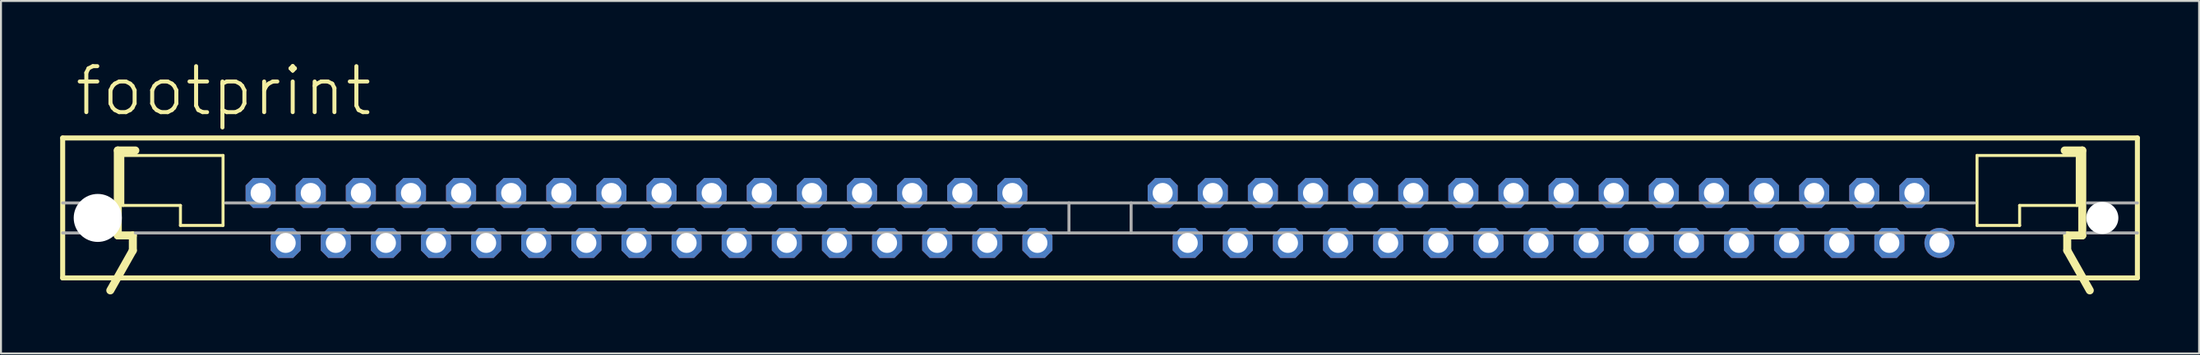
<source format=kicad_pcb>
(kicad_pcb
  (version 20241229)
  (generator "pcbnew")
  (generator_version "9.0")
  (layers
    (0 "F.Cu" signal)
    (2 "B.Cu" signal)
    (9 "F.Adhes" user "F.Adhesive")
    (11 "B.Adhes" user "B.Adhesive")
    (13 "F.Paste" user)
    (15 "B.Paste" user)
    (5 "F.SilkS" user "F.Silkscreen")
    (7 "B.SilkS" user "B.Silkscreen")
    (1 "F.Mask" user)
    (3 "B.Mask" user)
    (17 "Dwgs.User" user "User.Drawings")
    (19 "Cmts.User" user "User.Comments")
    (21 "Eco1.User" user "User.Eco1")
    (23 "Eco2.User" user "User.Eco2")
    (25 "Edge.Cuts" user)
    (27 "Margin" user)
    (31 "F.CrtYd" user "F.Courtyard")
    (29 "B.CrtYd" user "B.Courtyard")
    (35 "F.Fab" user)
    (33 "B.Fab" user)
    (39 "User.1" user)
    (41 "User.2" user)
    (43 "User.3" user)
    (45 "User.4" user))
  (footprint "footprint"
    (layer "F.Cu")
    (at 52.705 8.026)
    (property "Reference" "footprint" (at -52.07 -5.08 0) (layer "F.SilkS") (effects (font (size 2.337 2.337) (thickness 0.203)) (justify left bottom)))
    (fp_line (start -52.578 -4.064) (end 52.578 -4.064) (stroke (width 0.254) (type solid)) (layer "F.SilkS"))
    (fp_line (start -52.578 3.048) (end -52.578 -4.064) (stroke (width 0.254) (type solid)) (layer "F.SilkS"))
    (fp_line (start -49.784 -3.429) (end -49.784 0.889) (stroke (width 0.406) (type solid)) (layer "F.SilkS"))
    (fp_line (start -49.784 0.889) (end -49.022 0.889) (stroke (width 0.406) (type solid)) (layer "F.SilkS"))
    (fp_line (start -49.53 -3.175) (end -49.53 -0.635) (stroke (width 0.152) (type solid)) (layer "F.SilkS"))
    (fp_line (start -49.022 0.889) (end -49.022 1.651) (stroke (width 0.406) (type solid)) (layer "F.SilkS"))
    (fp_line (start -49.022 1.651) (end -50.165 3.683) (stroke (width 0.406) (type solid)) (layer "F.SilkS"))
    (fp_line (start -48.895 -3.429) (end -49.784 -3.429) (stroke (width 0.406) (type solid)) (layer "F.SilkS"))
    (fp_line (start -46.609 -0.635) (end -49.53 -0.635) (stroke (width 0.152) (type solid)) (layer "F.SilkS"))
    (fp_line (start -46.609 0.381) (end -46.609 -0.635) (stroke (width 0.152) (type solid)) (layer "F.SilkS"))
    (fp_line (start -46.609 0.381) (end -44.45 0.381) (stroke (width 0.152) (type solid)) (layer "F.SilkS"))
    (fp_line (start -44.45 -3.175) (end -49.53 -3.175) (stroke (width 0.152) (type solid)) (layer "F.SilkS"))
    (fp_line (start -44.45 0.381) (end -44.45 -3.175) (stroke (width 0.152) (type solid)) (layer "F.SilkS"))
    (fp_line (start 44.45 -3.175) (end 49.53 -3.175) (stroke (width 0.152) (type solid)) (layer "F.SilkS"))
    (fp_line (start 44.45 0.381) (end 44.45 -3.175) (stroke (width 0.152) (type solid)) (layer "F.SilkS"))
    (fp_line (start 46.609 -0.635) (end 49.53 -0.635) (stroke (width 0.152) (type solid)) (layer "F.SilkS"))
    (fp_line (start 46.609 0.381) (end 44.45 0.381) (stroke (width 0.152) (type solid)) (layer "F.SilkS"))
    (fp_line (start 46.609 0.381) (end 46.609 -0.635) (stroke (width 0.152) (type solid)) (layer "F.SilkS"))
    (fp_line (start 48.895 -3.429) (end 49.784 -3.429) (stroke (width 0.406) (type solid)) (layer "F.SilkS"))
    (fp_line (start 49.022 0.889) (end 49.022 1.651) (stroke (width 0.406) (type solid)) (layer "F.SilkS"))
    (fp_line (start 49.022 1.651) (end 50.165 3.683) (stroke (width 0.406) (type solid)) (layer "F.SilkS"))
    (fp_line (start 49.53 -3.175) (end 49.53 -0.635) (stroke (width 0.152) (type solid)) (layer "F.SilkS"))
    (fp_line (start 49.784 -3.429) (end 49.784 0.889) (stroke (width 0.406) (type solid)) (layer "F.SilkS"))
    (fp_line (start 49.784 0.889) (end 49.022 0.889) (stroke (width 0.406) (type solid)) (layer "F.SilkS"))
    (fp_line (start 52.578 -4.064) (end 52.578 3.048) (stroke (width 0.254) (type solid)) (layer "F.SilkS"))
    (fp_line (start 52.578 3.048) (end -52.578 3.048) (stroke (width 0.254) (type solid)) (layer "F.SilkS"))
    (fp_line (start -52.578 -0.762) (end -50.038 -0.762) (stroke (width 0.152) (type solid)) (layer "F.Fab"))
    (fp_line (start -52.578 0.762) (end -50.038 0.762) (stroke (width 0.152) (type solid)) (layer "F.Fab"))
    (fp_line (start -48.895 0.762) (end -1.575 0.762) (stroke (width 0.152) (type solid)) (layer "F.Fab"))
    (fp_line (start -44.323 -0.762) (end -1.575 -0.762) (stroke (width 0.152) (type solid)) (layer "F.Fab"))
    (fp_line (start -1.575 -0.762) (end 1.575 -0.762) (stroke (width 0.152) (type solid)) (layer "F.Fab"))
    (fp_line (start -1.575 0.762) (end -1.575 -0.762) (stroke (width 0.152) (type solid)) (layer "F.Fab"))
    (fp_line (start -1.575 0.762) (end 1.575 0.762) (stroke (width 0.152) (type solid)) (layer "F.Fab"))
    (fp_line (start 1.575 0.762) (end 1.575 -0.762) (stroke (width 0.152) (type solid)) (layer "F.Fab"))
    (fp_line (start 44.323 -0.762) (end 1.575 -0.762) (stroke (width 0.152) (type solid)) (layer "F.Fab"))
    (fp_line (start 48.895 0.762) (end 1.575 0.762) (stroke (width 0.152) (type solid)) (layer "F.Fab"))
    (fp_line (start 52.578 -0.762) (end 50.038 -0.762) (stroke (width 0.152) (type solid)) (layer "F.Fab"))
    (fp_line (start 52.578 0.762) (end 50.038 0.762) (stroke (width 0.152) (type solid)) (layer "F.Fab"))
    (pad "" np_thru_hole circle (at -50.8 0) (size 2.438 2.438) (drill 2.438) (layers "*.Cu" "*.Mask"))
    (pad "" np_thru_hole circle (at 50.8 0) (size 1.626 1.626) (drill 1.626) (layers "*.Cu" "*.Mask"))
    (pad "1" thru_hole circle (at 42.545 1.27) (size 1.524 1.524) (drill 1.016) (layers "*.Cu" "*.Mask"))
    (pad "2" thru_hole roundrect (at 41.275 -1.27) (size 1.524 1.524) (drill 1.016) (layers "*.Cu" "*.Mask") (roundrect_rratio 0.25) (chamfer_ratio 0.25) (chamfer top_left top_right bottom_left bottom_right))
    (pad "3" thru_hole roundrect (at 40.005 1.27) (size 1.524 1.524) (drill 1.016) (layers "*.Cu" "*.Mask") (roundrect_rratio 0.25) (chamfer_ratio 0.25) (chamfer top_left top_right bottom_left bottom_right))
    (pad "4" thru_hole roundrect (at 38.735 -1.27) (size 1.524 1.524) (drill 1.016) (layers "*.Cu" "*.Mask") (roundrect_rratio 0.25) (chamfer_ratio 0.25) (chamfer top_left top_right bottom_left bottom_right))
    (pad "5" thru_hole roundrect (at 37.465 1.27) (size 1.524 1.524) (drill 1.016) (layers "*.Cu" "*.Mask") (roundrect_rratio 0.25) (chamfer_ratio 0.25) (chamfer top_left top_right bottom_left bottom_right))
    (pad "6" thru_hole roundrect (at 36.195 -1.27) (size 1.524 1.524) (drill 1.016) (layers "*.Cu" "*.Mask") (roundrect_rratio 0.25) (chamfer_ratio 0.25) (chamfer top_left top_right bottom_left bottom_right))
    (pad "7" thru_hole roundrect (at 34.925 1.27) (size 1.524 1.524) (drill 1.016) (layers "*.Cu" "*.Mask") (roundrect_rratio 0.25) (chamfer_ratio 0.25) (chamfer top_left top_right bottom_left bottom_right))
    (pad "8" thru_hole roundrect (at 33.655 -1.27) (size 1.524 1.524) (drill 1.016) (layers "*.Cu" "*.Mask") (roundrect_rratio 0.25) (chamfer_ratio 0.25) (chamfer top_left top_right bottom_left bottom_right))
    (pad "9" thru_hole roundrect (at 32.385 1.27) (size 1.524 1.524) (drill 1.016) (layers "*.Cu" "*.Mask") (roundrect_rratio 0.25) (chamfer_ratio 0.25) (chamfer top_left top_right bottom_left bottom_right))
    (pad "10" thru_hole roundrect (at 31.115 -1.27) (size 1.524 1.524) (drill 1.016) (layers "*.Cu" "*.Mask") (roundrect_rratio 0.25) (chamfer_ratio 0.25) (chamfer top_left top_right bottom_left bottom_right))
    (pad "11" thru_hole roundrect (at 29.845 1.27) (size 1.524 1.524) (drill 1.016) (layers "*.Cu" "*.Mask") (roundrect_rratio 0.25) (chamfer_ratio 0.25) (chamfer top_left top_right bottom_left bottom_right))
    (pad "12" thru_hole roundrect (at 28.575 -1.27) (size 1.524 1.524) (drill 1.016) (layers "*.Cu" "*.Mask") (roundrect_rratio 0.25) (chamfer_ratio 0.25) (chamfer top_left top_right bottom_left bottom_right))
    (pad "13" thru_hole roundrect (at 27.305 1.27) (size 1.524 1.524) (drill 1.016) (layers "*.Cu" "*.Mask") (roundrect_rratio 0.25) (chamfer_ratio 0.25) (chamfer top_left top_right bottom_left bottom_right))
    (pad "14" thru_hole roundrect (at 26.035 -1.27) (size 1.524 1.524) (drill 1.016) (layers "*.Cu" "*.Mask") (roundrect_rratio 0.25) (chamfer_ratio 0.25) (chamfer top_left top_right bottom_left bottom_right))
    (pad "15" thru_hole roundrect (at 24.765 1.27) (size 1.524 1.524) (drill 1.016) (layers "*.Cu" "*.Mask") (roundrect_rratio 0.25) (chamfer_ratio 0.25) (chamfer top_left top_right bottom_left bottom_right))
    (pad "16" thru_hole roundrect (at 23.495 -1.27) (size 1.524 1.524) (drill 1.016) (layers "*.Cu" "*.Mask") (roundrect_rratio 0.25) (chamfer_ratio 0.25) (chamfer top_left top_right bottom_left bottom_right))
    (pad "17" thru_hole roundrect (at 22.225 1.27) (size 1.524 1.524) (drill 1.016) (layers "*.Cu" "*.Mask") (roundrect_rratio 0.25) (chamfer_ratio 0.25) (chamfer top_left top_right bottom_left bottom_right))
    (pad "18" thru_hole roundrect (at 20.955 -1.27) (size 1.524 1.524) (drill 1.016) (layers "*.Cu" "*.Mask") (roundrect_rratio 0.25) (chamfer_ratio 0.25) (chamfer top_left top_right bottom_left bottom_right))
    (pad "19" thru_hole roundrect (at 19.685 1.27) (size 1.524 1.524) (drill 1.016) (layers "*.Cu" "*.Mask") (roundrect_rratio 0.25) (chamfer_ratio 0.25) (chamfer top_left top_right bottom_left bottom_right))
    (pad "20" thru_hole roundrect (at 18.415 -1.27) (size 1.524 1.524) (drill 1.016) (layers "*.Cu" "*.Mask") (roundrect_rratio 0.25) (chamfer_ratio 0.25) (chamfer top_left top_right bottom_left bottom_right))
    (pad "21" thru_hole roundrect (at 17.145 1.27) (size 1.524 1.524) (drill 1.016) (layers "*.Cu" "*.Mask") (roundrect_rratio 0.25) (chamfer_ratio 0.25) (chamfer top_left top_right bottom_left bottom_right))
    (pad "22" thru_hole roundrect (at 15.875 -1.27) (size 1.524 1.524) (drill 1.016) (layers "*.Cu" "*.Mask") (roundrect_rratio 0.25) (chamfer_ratio 0.25) (chamfer top_left top_right bottom_left bottom_right))
    (pad "23" thru_hole roundrect (at 14.605 1.27) (size 1.524 1.524) (drill 1.016) (layers "*.Cu" "*.Mask") (roundrect_rratio 0.25) (chamfer_ratio 0.25) (chamfer top_left top_right bottom_left bottom_right))
    (pad "24" thru_hole roundrect (at 13.335 -1.27) (size 1.524 1.524) (drill 1.016) (layers "*.Cu" "*.Mask") (roundrect_rratio 0.25) (chamfer_ratio 0.25) (chamfer top_left top_right bottom_left bottom_right))
    (pad "25" thru_hole roundrect (at 12.065 1.27) (size 1.524 1.524) (drill 1.016) (layers "*.Cu" "*.Mask") (roundrect_rratio 0.25) (chamfer_ratio 0.25) (chamfer top_left top_right bottom_left bottom_right))
    (pad "26" thru_hole roundrect (at 10.795 -1.27) (size 1.524 1.524) (drill 1.016) (layers "*.Cu" "*.Mask") (roundrect_rratio 0.25) (chamfer_ratio 0.25) (chamfer top_left top_right bottom_left bottom_right))
    (pad "27" thru_hole roundrect (at 9.525 1.27) (size 1.524 1.524) (drill 1.016) (layers "*.Cu" "*.Mask") (roundrect_rratio 0.25) (chamfer_ratio 0.25) (chamfer top_left top_right bottom_left bottom_right))
    (pad "28" thru_hole roundrect (at 8.255 -1.27) (size 1.524 1.524) (drill 1.016) (layers "*.Cu" "*.Mask") (roundrect_rratio 0.25) (chamfer_ratio 0.25) (chamfer top_left top_right bottom_left bottom_right))
    (pad "29" thru_hole roundrect (at 6.985 1.27) (size 1.524 1.524) (drill 1.016) (layers "*.Cu" "*.Mask") (roundrect_rratio 0.25) (chamfer_ratio 0.25) (chamfer top_left top_right bottom_left bottom_right))
    (pad "30" thru_hole roundrect (at 5.715 -1.27) (size 1.524 1.524) (drill 1.016) (layers "*.Cu" "*.Mask") (roundrect_rratio 0.25) (chamfer_ratio 0.25) (chamfer top_left top_right bottom_left bottom_right))
    (pad "31" thru_hole roundrect (at 4.445 1.27) (size 1.524 1.524) (drill 1.016) (layers "*.Cu" "*.Mask") (roundrect_rratio 0.25) (chamfer_ratio 0.25) (chamfer top_left top_right bottom_left bottom_right))
    (pad "32" thru_hole roundrect (at 3.175 -1.27) (size 1.524 1.524) (drill 1.016) (layers "*.Cu" "*.Mask") (roundrect_rratio 0.25) (chamfer_ratio 0.25) (chamfer top_left top_right bottom_left bottom_right))
    (pad "33" thru_hole roundrect (at -3.175 1.27) (size 1.524 1.524) (drill 1.016) (layers "*.Cu" "*.Mask") (roundrect_rratio 0.25) (chamfer_ratio 0.25) (chamfer top_left top_right bottom_left bottom_right))
    (pad "34" thru_hole roundrect (at -4.445 -1.27) (size 1.524 1.524) (drill 1.016) (layers "*.Cu" "*.Mask") (roundrect_rratio 0.25) (chamfer_ratio 0.25) (chamfer top_left top_right bottom_left bottom_right))
    (pad "35" thru_hole roundrect (at -5.715 1.27) (size 1.524 1.524) (drill 1.016) (layers "*.Cu" "*.Mask") (roundrect_rratio 0.25) (chamfer_ratio 0.25) (chamfer top_left top_right bottom_left bottom_right))
    (pad "36" thru_hole roundrect (at -6.985 -1.27) (size 1.524 1.524) (drill 1.016) (layers "*.Cu" "*.Mask") (roundrect_rratio 0.25) (chamfer_ratio 0.25) (chamfer top_left top_right bottom_left bottom_right))
    (pad "37" thru_hole roundrect (at -8.255 1.27) (size 1.524 1.524) (drill 1.016) (layers "*.Cu" "*.Mask") (roundrect_rratio 0.25) (chamfer_ratio 0.25) (chamfer top_left top_right bottom_left bottom_right))
    (pad "38" thru_hole roundrect (at -9.525 -1.27) (size 1.524 1.524) (drill 1.016) (layers "*.Cu" "*.Mask") (roundrect_rratio 0.25) (chamfer_ratio 0.25) (chamfer top_left top_right bottom_left bottom_right))
    (pad "39" thru_hole roundrect (at -10.795 1.27) (size 1.524 1.524) (drill 1.016) (layers "*.Cu" "*.Mask") (roundrect_rratio 0.25) (chamfer_ratio 0.25) (chamfer top_left top_right bottom_left bottom_right))
    (pad "40" thru_hole roundrect (at -12.065 -1.27) (size 1.524 1.524) (drill 1.016) (layers "*.Cu" "*.Mask") (roundrect_rratio 0.25) (chamfer_ratio 0.25) (chamfer top_left top_right bottom_left bottom_right))
    (pad "41" thru_hole roundrect (at -13.335 1.27) (size 1.524 1.524) (drill 1.016) (layers "*.Cu" "*.Mask") (roundrect_rratio 0.25) (chamfer_ratio 0.25) (chamfer top_left top_right bottom_left bottom_right))
    (pad "42" thru_hole roundrect (at -14.605 -1.27) (size 1.524 1.524) (drill 1.016) (layers "*.Cu" "*.Mask") (roundrect_rratio 0.25) (chamfer_ratio 0.25) (chamfer top_left top_right bottom_left bottom_right))
    (pad "43" thru_hole roundrect (at -15.875 1.27) (size 1.524 1.524) (drill 1.016) (layers "*.Cu" "*.Mask") (roundrect_rratio 0.25) (chamfer_ratio 0.25) (chamfer top_left top_right bottom_left bottom_right))
    (pad "44" thru_hole roundrect (at -17.145 -1.27) (size 1.524 1.524) (drill 1.016) (layers "*.Cu" "*.Mask") (roundrect_rratio 0.25) (chamfer_ratio 0.25) (chamfer top_left top_right bottom_left bottom_right))
    (pad "45" thru_hole roundrect (at -18.415 1.27) (size 1.524 1.524) (drill 1.016) (layers "*.Cu" "*.Mask") (roundrect_rratio 0.25) (chamfer_ratio 0.25) (chamfer top_left top_right bottom_left bottom_right))
    (pad "46" thru_hole roundrect (at -19.685 -1.27) (size 1.524 1.524) (drill 1.016) (layers "*.Cu" "*.Mask") (roundrect_rratio 0.25) (chamfer_ratio 0.25) (chamfer top_left top_right bottom_left bottom_right))
    (pad "47" thru_hole roundrect (at -20.955 1.27) (size 1.524 1.524) (drill 1.016) (layers "*.Cu" "*.Mask") (roundrect_rratio 0.25) (chamfer_ratio 0.25) (chamfer top_left top_right bottom_left bottom_right))
    (pad "48" thru_hole roundrect (at -22.225 -1.27) (size 1.524 1.524) (drill 1.016) (layers "*.Cu" "*.Mask") (roundrect_rratio 0.25) (chamfer_ratio 0.25) (chamfer top_left top_right bottom_left bottom_right))
    (pad "49" thru_hole roundrect (at -23.495 1.27) (size 1.524 1.524) (drill 1.016) (layers "*.Cu" "*.Mask") (roundrect_rratio 0.25) (chamfer_ratio 0.25) (chamfer top_left top_right bottom_left bottom_right))
    (pad "50" thru_hole roundrect (at -24.765 -1.27) (size 1.524 1.524) (drill 1.016) (layers "*.Cu" "*.Mask") (roundrect_rratio 0.25) (chamfer_ratio 0.25) (chamfer top_left top_right bottom_left bottom_right))
    (pad "51" thru_hole roundrect (at -26.035 1.27) (size 1.524 1.524) (drill 1.016) (layers "*.Cu" "*.Mask") (roundrect_rratio 0.25) (chamfer_ratio 0.25) (chamfer top_left top_right bottom_left bottom_right))
    (pad "52" thru_hole roundrect (at -27.305 -1.27) (size 1.524 1.524) (drill 1.016) (layers "*.Cu" "*.Mask") (roundrect_rratio 0.25) (chamfer_ratio 0.25) (chamfer top_left top_right bottom_left bottom_right))
    (pad "53" thru_hole roundrect (at -28.575 1.27) (size 1.524 1.524) (drill 1.016) (layers "*.Cu" "*.Mask") (roundrect_rratio 0.25) (chamfer_ratio 0.25) (chamfer top_left top_right bottom_left bottom_right))
    (pad "54" thru_hole roundrect (at -29.845 -1.27) (size 1.524 1.524) (drill 1.016) (layers "*.Cu" "*.Mask") (roundrect_rratio 0.25) (chamfer_ratio 0.25) (chamfer top_left top_right bottom_left bottom_right))
    (pad "55" thru_hole roundrect (at -31.115 1.27) (size 1.524 1.524) (drill 1.016) (layers "*.Cu" "*.Mask") (roundrect_rratio 0.25) (chamfer_ratio 0.25) (chamfer top_left top_right bottom_left bottom_right))
    (pad "56" thru_hole roundrect (at -32.385 -1.27) (size 1.524 1.524) (drill 1.016) (layers "*.Cu" "*.Mask") (roundrect_rratio 0.25) (chamfer_ratio 0.25) (chamfer top_left top_right bottom_left bottom_right))
    (pad "57" thru_hole roundrect (at -33.655 1.27) (size 1.524 1.524) (drill 1.016) (layers "*.Cu" "*.Mask") (roundrect_rratio 0.25) (chamfer_ratio 0.25) (chamfer top_left top_right bottom_left bottom_right))
    (pad "58" thru_hole roundrect (at -34.925 -1.27) (size 1.524 1.524) (drill 1.016) (layers "*.Cu" "*.Mask") (roundrect_rratio 0.25) (chamfer_ratio 0.25) (chamfer top_left top_right bottom_left bottom_right))
    (pad "59" thru_hole roundrect (at -36.195 1.27) (size 1.524 1.524) (drill 1.016) (layers "*.Cu" "*.Mask") (roundrect_rratio 0.25) (chamfer_ratio 0.25) (chamfer top_left top_right bottom_left bottom_right))
    (pad "60" thru_hole roundrect (at -37.465 -1.27) (size 1.524 1.524) (drill 1.016) (layers "*.Cu" "*.Mask") (roundrect_rratio 0.25) (chamfer_ratio 0.25) (chamfer top_left top_right bottom_left bottom_right))
    (pad "61" thru_hole roundrect (at -38.735 1.27) (size 1.524 1.524) (drill 1.016) (layers "*.Cu" "*.Mask") (roundrect_rratio 0.25) (chamfer_ratio 0.25) (chamfer top_left top_right bottom_left bottom_right))
    (pad "62" thru_hole roundrect (at -40.005 -1.27) (size 1.524 1.524) (drill 1.016) (layers "*.Cu" "*.Mask") (roundrect_rratio 0.25) (chamfer_ratio 0.25) (chamfer top_left top_right bottom_left bottom_right))
    (pad "63" thru_hole roundrect (at -41.275 1.27) (size 1.524 1.524) (drill 1.016) (layers "*.Cu" "*.Mask") (roundrect_rratio 0.25) (chamfer_ratio 0.25) (chamfer top_left top_right bottom_left bottom_right))
    (pad "64" thru_hole roundrect (at -42.545 -1.27) (size 1.524 1.524) (drill 1.016) (layers "*.Cu" "*.Mask") (roundrect_rratio 0.25) (chamfer_ratio 0.25) (chamfer top_left top_right bottom_left bottom_right)))
  (gr_rect
    (start -3 -3)
    (end 108.41 14.913)
    (stroke (width 0.1) (type default))
    (fill no)
    (layer "Edge.Cuts")))
</source>
